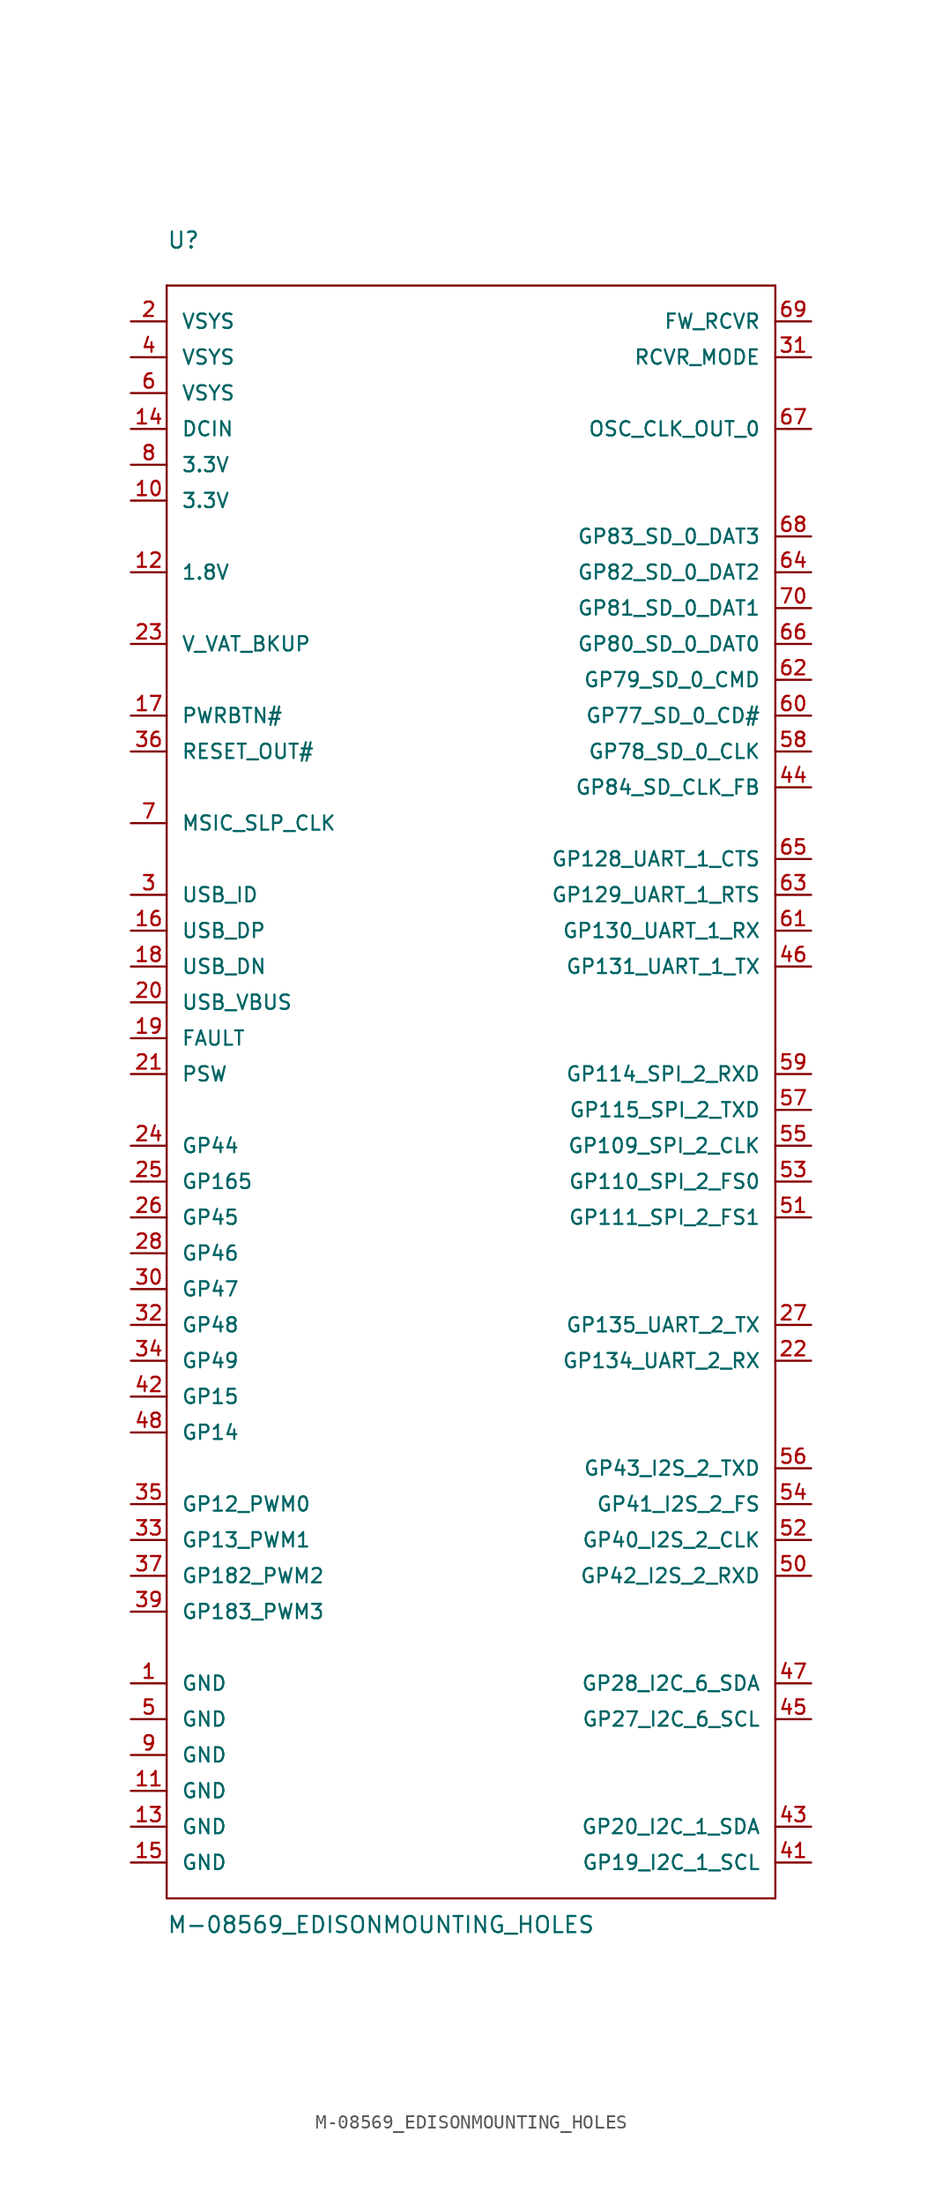
<source format=kicad_sym>
(kicad_symbol_lib
  (version 20211014)
  (generator kicad_symbol_editor)
  (symbol "M-08569_EDISONMOUNTING_HOLES"
    (pin_names
      (offset 1.016))
    (property "Reference" "U"
      (at -2.54 33.02 0)
      (effects (font (size 1.143 1.143)) (justify left bottom)))
    (property "Value" "M-08569_EDISONMOUNTING_HOLES"
      (at -2.54 -86.36 0)
      (effects (font (size 1.143 1.143)) (justify left bottom)))
    (property "ki_locked" ""
      (at 0 0 0)
      (effects (font (size 1.27 1.27))))
    (symbol "M-08569_EDISONMOUNTING_HOLES_1_0"
      (polyline (pts (xy -2.54 -83.82) (xy -2.54 30.48)) (stroke (width 0) (type default) (color 0 0 0 0)) (fill (type none)))
      (polyline (pts (xy -2.54 30.48) (xy 40.64 30.48)) (stroke (width 0) (type default) (color 0 0 0 0)) (fill (type none)))
      (polyline (pts (xy 40.64 -83.82) (xy -2.54 -83.82)) (stroke (width 0) (type default) (color 0 0 0 0)) (fill (type none)))
      (polyline (pts (xy 40.64 30.48) (xy 40.64 -83.82)) (stroke (width 0) (type default) (color 0 0 0 0)) (fill (type none))))
    (symbol "M-08569_EDISONMOUNTING_HOLES_1_1"
      (pin bidirectional line (at -5.08 -68.58 0) (length 2.54) (name "GND" (effects (font (size 1.016 1.016)))) (number "1" (effects (font (size 1.016 1.016)))))
      (pin bidirectional line (at -5.08 15.24 0) (length 2.54) (name "3.3V" (effects (font (size 1.016 1.016)))) (number "10" (effects (font (size 1.016 1.016)))))
      (pin bidirectional line (at -5.08 -76.2 0) (length 2.54) (name "GND" (effects (font (size 1.016 1.016)))) (number "11" (effects (font (size 1.016 1.016)))))
      (pin bidirectional line (at -5.08 10.16 0) (length 2.54) (name "1.8V" (effects (font (size 1.016 1.016)))) (number "12" (effects (font (size 1.016 1.016)))))
      (pin bidirectional line (at -5.08 -78.74 0) (length 2.54) (name "GND" (effects (font (size 1.016 1.016)))) (number "13" (effects (font (size 1.016 1.016)))))
      (pin bidirectional line (at -5.08 20.32 0) (length 2.54) (name "DCIN" (effects (font (size 1.016 1.016)))) (number "14" (effects (font (size 1.016 1.016)))))
      (pin bidirectional line (at -5.08 -81.28 0) (length 2.54) (name "GND" (effects (font (size 1.016 1.016)))) (number "15" (effects (font (size 1.016 1.016)))))
      (pin bidirectional line (at -5.08 -15.24 0) (length 2.54) (name "USB_DP" (effects (font (size 1.016 1.016)))) (number "16" (effects (font (size 1.016 1.016)))))
      (pin bidirectional line (at -5.08 0 0) (length 2.54) (name "PWRBTN#" (effects (font (size 1.016 1.016)))) (number "17" (effects (font (size 1.016 1.016)))))
      (pin bidirectional line (at -5.08 -17.78 0) (length 2.54) (name "USB_DN" (effects (font (size 1.016 1.016)))) (number "18" (effects (font (size 1.016 1.016)))))
      (pin bidirectional line (at -5.08 -22.86 0) (length 2.54) (name "FAULT" (effects (font (size 1.016 1.016)))) (number "19" (effects (font (size 1.016 1.016)))))
      (pin bidirectional line (at -5.08 27.94 0) (length 2.54) (name "VSYS" (effects (font (size 1.016 1.016)))) (number "2" (effects (font (size 1.016 1.016)))))
      (pin bidirectional line (at -5.08 -20.32 0) (length 2.54) (name "USB_VBUS" (effects (font (size 1.016 1.016)))) (number "20" (effects (font (size 1.016 1.016)))))
      (pin bidirectional line (at -5.08 -25.4 0) (length 2.54) (name "PSW" (effects (font (size 1.016 1.016)))) (number "21" (effects (font (size 1.016 1.016)))))
      (pin bidirectional line (at 43.18 -45.72 180) (length 2.54) (name "GP134_UART_2_RX" (effects (font (size 1.016 1.016)))) (number "22" (effects (font (size 1.016 1.016)))))
      (pin bidirectional line (at -5.08 5.08 0) (length 2.54) (name "V_VAT_BKUP" (effects (font (size 1.016 1.016)))) (number "23" (effects (font (size 1.016 1.016)))))
      (pin bidirectional line (at -5.08 -30.48 0) (length 2.54) (name "GP44" (effects (font (size 1.016 1.016)))) (number "24" (effects (font (size 1.016 1.016)))))
      (pin bidirectional line (at -5.08 -33.02 0) (length 2.54) (name "GP165" (effects (font (size 1.016 1.016)))) (number "25" (effects (font (size 1.016 1.016)))))
      (pin bidirectional line (at -5.08 -35.56 0) (length 2.54) (name "GP45" (effects (font (size 1.016 1.016)))) (number "26" (effects (font (size 1.016 1.016)))))
      (pin bidirectional line (at 43.18 -43.18 180) (length 2.54) (name "GP135_UART_2_TX" (effects (font (size 1.016 1.016)))) (number "27" (effects (font (size 1.016 1.016)))))
      (pin bidirectional line (at -5.08 -38.1 0) (length 2.54) (name "GP46" (effects (font (size 1.016 1.016)))) (number "28" (effects (font (size 1.016 1.016)))))
      (pin bidirectional line (at -5.08 -12.7 0) (length 2.54) (name "USB_ID" (effects (font (size 1.016 1.016)))) (number "3" (effects (font (size 1.016 1.016)))))
      (pin bidirectional line (at -5.08 -40.64 0) (length 2.54) (name "GP47" (effects (font (size 1.016 1.016)))) (number "30" (effects (font (size 1.016 1.016)))))
      (pin bidirectional line (at 43.18 25.4 180) (length 2.54) (name "RCVR_MODE" (effects (font (size 1.016 1.016)))) (number "31" (effects (font (size 1.016 1.016)))))
      (pin bidirectional line (at -5.08 -43.18 0) (length 2.54) (name "GP48" (effects (font (size 1.016 1.016)))) (number "32" (effects (font (size 1.016 1.016)))))
      (pin bidirectional line (at -5.08 -58.42 0) (length 2.54) (name "GP13_PWM1" (effects (font (size 1.016 1.016)))) (number "33" (effects (font (size 1.016 1.016)))))
      (pin bidirectional line (at -5.08 -45.72 0) (length 2.54) (name "GP49" (effects (font (size 1.016 1.016)))) (number "34" (effects (font (size 1.016 1.016)))))
      (pin bidirectional line (at -5.08 -55.88 0) (length 2.54) (name "GP12_PWM0" (effects (font (size 1.016 1.016)))) (number "35" (effects (font (size 1.016 1.016)))))
      (pin bidirectional line (at -5.08 -2.54 0) (length 2.54) (name "RESET_OUT#" (effects (font (size 1.016 1.016)))) (number "36" (effects (font (size 1.016 1.016)))))
      (pin bidirectional line (at -5.08 -60.96 0) (length 2.54) (name "GP182_PWM2" (effects (font (size 1.016 1.016)))) (number "37" (effects (font (size 1.016 1.016)))))
      (pin bidirectional line (at -5.08 -63.5 0) (length 2.54) (name "GP183_PWM3" (effects (font (size 1.016 1.016)))) (number "39" (effects (font (size 1.016 1.016)))))
      (pin bidirectional line (at -5.08 25.4 0) (length 2.54) (name "VSYS" (effects (font (size 1.016 1.016)))) (number "4" (effects (font (size 1.016 1.016)))))
      (pin bidirectional line (at 43.18 -81.28 180) (length 2.54) (name "GP19_I2C_1_SCL" (effects (font (size 1.016 1.016)))) (number "41" (effects (font (size 1.016 1.016)))))
      (pin bidirectional line (at -5.08 -48.26 0) (length 2.54) (name "GP15" (effects (font (size 1.016 1.016)))) (number "42" (effects (font (size 1.016 1.016)))))
      (pin bidirectional line (at 43.18 -78.74 180) (length 2.54) (name "GP20_I2C_1_SDA" (effects (font (size 1.016 1.016)))) (number "43" (effects (font (size 1.016 1.016)))))
      (pin bidirectional line (at 43.18 -5.08 180) (length 2.54) (name "GP84_SD_CLK_FB" (effects (font (size 1.016 1.016)))) (number "44" (effects (font (size 1.016 1.016)))))
      (pin bidirectional line (at 43.18 -71.12 180) (length 2.54) (name "GP27_I2C_6_SCL" (effects (font (size 1.016 1.016)))) (number "45" (effects (font (size 1.016 1.016)))))
      (pin bidirectional line (at 43.18 -17.78 180) (length 2.54) (name "GP131_UART_1_TX" (effects (font (size 1.016 1.016)))) (number "46" (effects (font (size 1.016 1.016)))))
      (pin bidirectional line (at 43.18 -68.58 180) (length 2.54) (name "GP28_I2C_6_SDA" (effects (font (size 1.016 1.016)))) (number "47" (effects (font (size 1.016 1.016)))))
      (pin bidirectional line (at -5.08 -50.8 0) (length 2.54) (name "GP14" (effects (font (size 1.016 1.016)))) (number "48" (effects (font (size 1.016 1.016)))))
      (pin bidirectional line (at -5.08 -71.12 0) (length 2.54) (name "GND" (effects (font (size 1.016 1.016)))) (number "5" (effects (font (size 1.016 1.016)))))
      (pin bidirectional line (at 43.18 -60.96 180) (length 2.54) (name "GP42_I2S_2_RXD" (effects (font (size 1.016 1.016)))) (number "50" (effects (font (size 1.016 1.016)))))
      (pin bidirectional line (at 43.18 -35.56 180) (length 2.54) (name "GP111_SPI_2_FS1" (effects (font (size 1.016 1.016)))) (number "51" (effects (font (size 1.016 1.016)))))
      (pin bidirectional line (at 43.18 -58.42 180) (length 2.54) (name "GP40_I2S_2_CLK" (effects (font (size 1.016 1.016)))) (number "52" (effects (font (size 1.016 1.016)))))
      (pin bidirectional line (at 43.18 -33.02 180) (length 2.54) (name "GP110_SPI_2_FS0" (effects (font (size 1.016 1.016)))) (number "53" (effects (font (size 1.016 1.016)))))
      (pin bidirectional line (at 43.18 -55.88 180) (length 2.54) (name "GP41_I2S_2_FS" (effects (font (size 1.016 1.016)))) (number "54" (effects (font (size 1.016 1.016)))))
      (pin bidirectional line (at 43.18 -30.48 180) (length 2.54) (name "GP109_SPI_2_CLK" (effects (font (size 1.016 1.016)))) (number "55" (effects (font (size 1.016 1.016)))))
      (pin bidirectional line (at 43.18 -53.34 180) (length 2.54) (name "GP43_I2S_2_TXD" (effects (font (size 1.016 1.016)))) (number "56" (effects (font (size 1.016 1.016)))))
      (pin bidirectional line (at 43.18 -27.94 180) (length 2.54) (name "GP115_SPI_2_TXD" (effects (font (size 1.016 1.016)))) (number "57" (effects (font (size 1.016 1.016)))))
      (pin bidirectional line (at 43.18 -2.54 180) (length 2.54) (name "GP78_SD_0_CLK" (effects (font (size 1.016 1.016)))) (number "58" (effects (font (size 1.016 1.016)))))
      (pin bidirectional line (at 43.18 -25.4 180) (length 2.54) (name "GP114_SPI_2_RXD" (effects (font (size 1.016 1.016)))) (number "59" (effects (font (size 1.016 1.016)))))
      (pin bidirectional line (at -5.08 22.86 0) (length 2.54) (name "VSYS" (effects (font (size 1.016 1.016)))) (number "6" (effects (font (size 1.016 1.016)))))
      (pin bidirectional line (at 43.18 0 180) (length 2.54) (name "GP77_SD_0_CD#" (effects (font (size 1.016 1.016)))) (number "60" (effects (font (size 1.016 1.016)))))
      (pin bidirectional line (at 43.18 -15.24 180) (length 2.54) (name "GP130_UART_1_RX" (effects (font (size 1.016 1.016)))) (number "61" (effects (font (size 1.016 1.016)))))
      (pin bidirectional line (at 43.18 2.54 180) (length 2.54) (name "GP79_SD_0_CMD" (effects (font (size 1.016 1.016)))) (number "62" (effects (font (size 1.016 1.016)))))
      (pin bidirectional line (at 43.18 -12.7 180) (length 2.54) (name "GP129_UART_1_RTS" (effects (font (size 1.016 1.016)))) (number "63" (effects (font (size 1.016 1.016)))))
      (pin bidirectional line (at 43.18 10.16 180) (length 2.54) (name "GP82_SD_0_DAT2" (effects (font (size 1.016 1.016)))) (number "64" (effects (font (size 1.016 1.016)))))
      (pin bidirectional line (at 43.18 -10.16 180) (length 2.54) (name "GP128_UART_1_CTS" (effects (font (size 1.016 1.016)))) (number "65" (effects (font (size 1.016 1.016)))))
      (pin bidirectional line (at 43.18 5.08 180) (length 2.54) (name "GP80_SD_0_DAT0" (effects (font (size 1.016 1.016)))) (number "66" (effects (font (size 1.016 1.016)))))
      (pin bidirectional line (at 43.18 20.32 180) (length 2.54) (name "OSC_CLK_OUT_0" (effects (font (size 1.016 1.016)))) (number "67" (effects (font (size 1.016 1.016)))))
      (pin bidirectional line (at 43.18 12.7 180) (length 2.54) (name "GP83_SD_0_DAT3" (effects (font (size 1.016 1.016)))) (number "68" (effects (font (size 1.016 1.016)))))
      (pin bidirectional line (at 43.18 27.94 180) (length 2.54) (name "FW_RCVR" (effects (font (size 1.016 1.016)))) (number "69" (effects (font (size 1.016 1.016)))))
      (pin bidirectional line (at -5.08 -7.62 0) (length 2.54) (name "MSIC_SLP_CLK" (effects (font (size 1.016 1.016)))) (number "7" (effects (font (size 1.016 1.016)))))
      (pin bidirectional line (at 43.18 7.62 180) (length 2.54) (name "GP81_SD_0_DAT1" (effects (font (size 1.016 1.016)))) (number "70" (effects (font (size 1.016 1.016)))))
      (pin bidirectional line (at -5.08 17.78 0) (length 2.54) (name "3.3V" (effects (font (size 1.016 1.016)))) (number "8" (effects (font (size 1.016 1.016)))))
      (pin bidirectional line (at -5.08 -73.66 0) (length 2.54) (name "GND" (effects (font (size 1.016 1.016)))) (number "9" (effects (font (size 1.016 1.016))))))))
</source>
